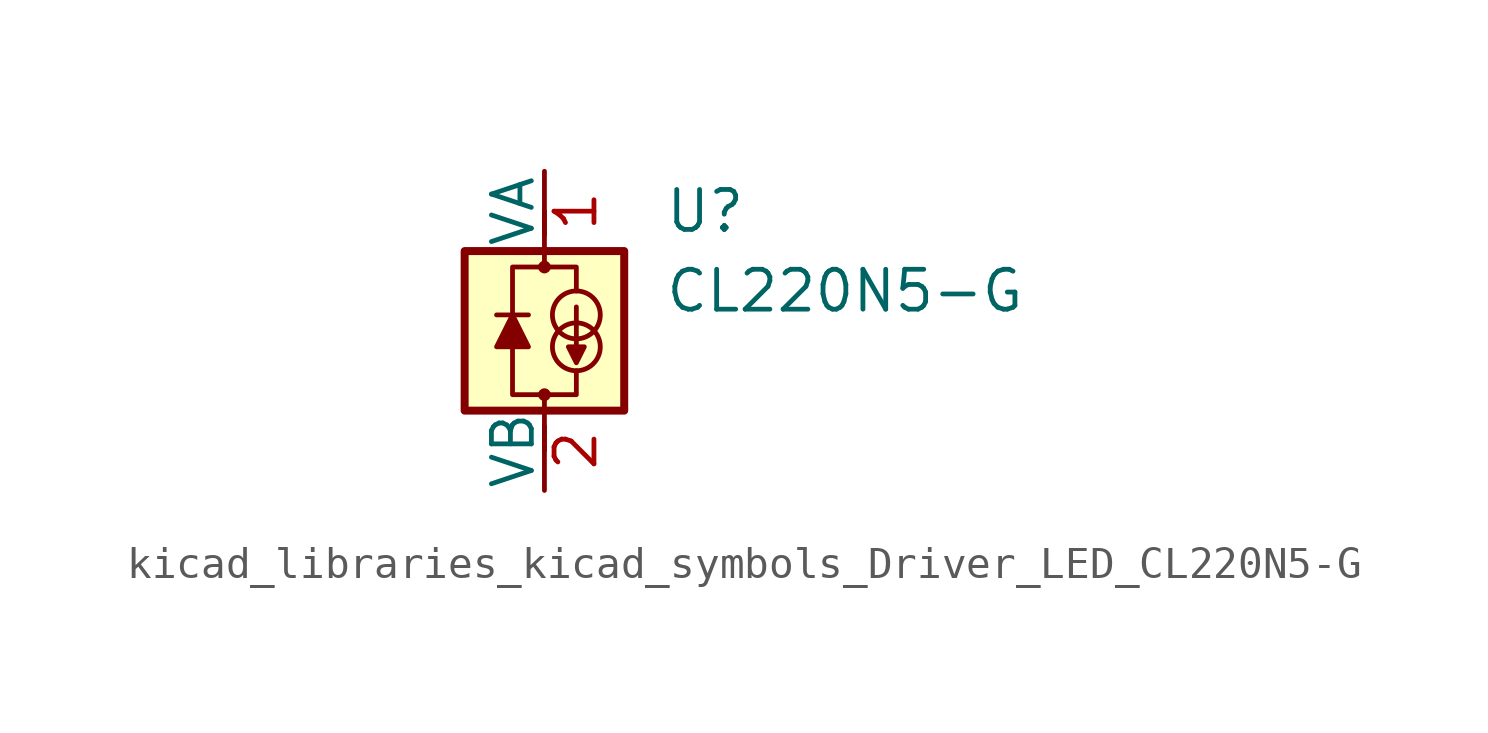
<source format=kicad_sym>
(kicad_symbol_lib
  (version 20220914)
  (generator kicad_symbol_editor)
  (symbol "kicad_libraries_kicad_symbols_Driver_LED_CL220N5-G"
    (pin_names
      (offset 0))
    (property "Reference" "U"
      (at 3.81 3.81 0)
      (effects (font (size 1.27 1.27)) (justify left)))
    (property "Value" "CL220N5-G"
      (at 3.81 1.27 0)
      (effects (font (size 1.27 1.27)) (justify left)))
    (symbol "kicad_libraries_kicad_symbols_Driver_LED_CL220N5-G_0_1"
      (rectangle (start -2.54 2.54) (end 2.54 -2.54) (stroke (width 0.254) (type default)) (fill (type background)))
      (circle (center 0 -2.032) (radius 0.127) (stroke (width 0) (type default)) (fill (type none)))
      (polyline (pts (xy -1.524 0.508) (xy -0.508 0.508)) (stroke (width 0) (type default)) (fill (type none)))
      (polyline (pts (xy 0 -3.048) (xy 0 -3.81)) (stroke (width 0) (type default)) (fill (type none)))
      (polyline (pts (xy 0 -2.032) (xy 0 -2.54)) (stroke (width 0) (type default)) (fill (type none)))
      (polyline (pts (xy 0 2.032) (xy 0 2.54)) (stroke (width 0) (type default)) (fill (type none)))
      (polyline (pts (xy 0 3.048) (xy 0 3.81)) (stroke (width 0) (type default)) (fill (type none)))
      (polyline (pts (xy -1.016 -0.508) (xy -1.016 -2.032) (xy 1.016 -2.032) (xy 1.016 -1.27)) (stroke (width 0) (type default)) (fill (type none)))
      (polyline (pts (xy -1.016 0.508) (xy -1.524 -0.508) (xy -0.508 -0.508) (xy -1.016 0.508)) (stroke (width 0) (type default)) (fill (type outline)))
      (polyline (pts (xy 1.016 1.27) (xy 1.016 2.032) (xy -1.016 2.032) (xy -1.016 0.508)) (stroke (width 0) (type default)) (fill (type none)))
      (polyline (pts (xy 1.016 0.762) (xy 1.016 -1.016) (xy 0.762 -0.508) (xy 1.27 -0.508) (xy 1.016 -1.016)) (stroke (width 0) (type default)) (fill (type outline)))
      (circle (center 0 2.032) (radius 0.127) (stroke (width 0) (type default)) (fill (type none)))
      (circle (center 1.016 -0.508) (radius 0.762) (stroke (width 0) (type default)) (fill (type none)))
      (circle (center 1.016 0.508) (radius 0.762) (stroke (width 0) (type default)) (fill (type none))))
    (symbol "kicad_libraries_kicad_symbols_Driver_LED_CL220N5-G_1_1"
      (pin input line (at 0 5.08 270) (length 2.54) (name "VA" (effects (font (size 1.27 1.27)))) (number "1" (effects (font (size 1.27 1.27)))))
      (pin input line (at 0 -5.08 90) (length 2.54) (name "VB" (effects (font (size 1.27 1.27)))) (number "2" (effects (font (size 1.27 1.27))))))))
</source>
